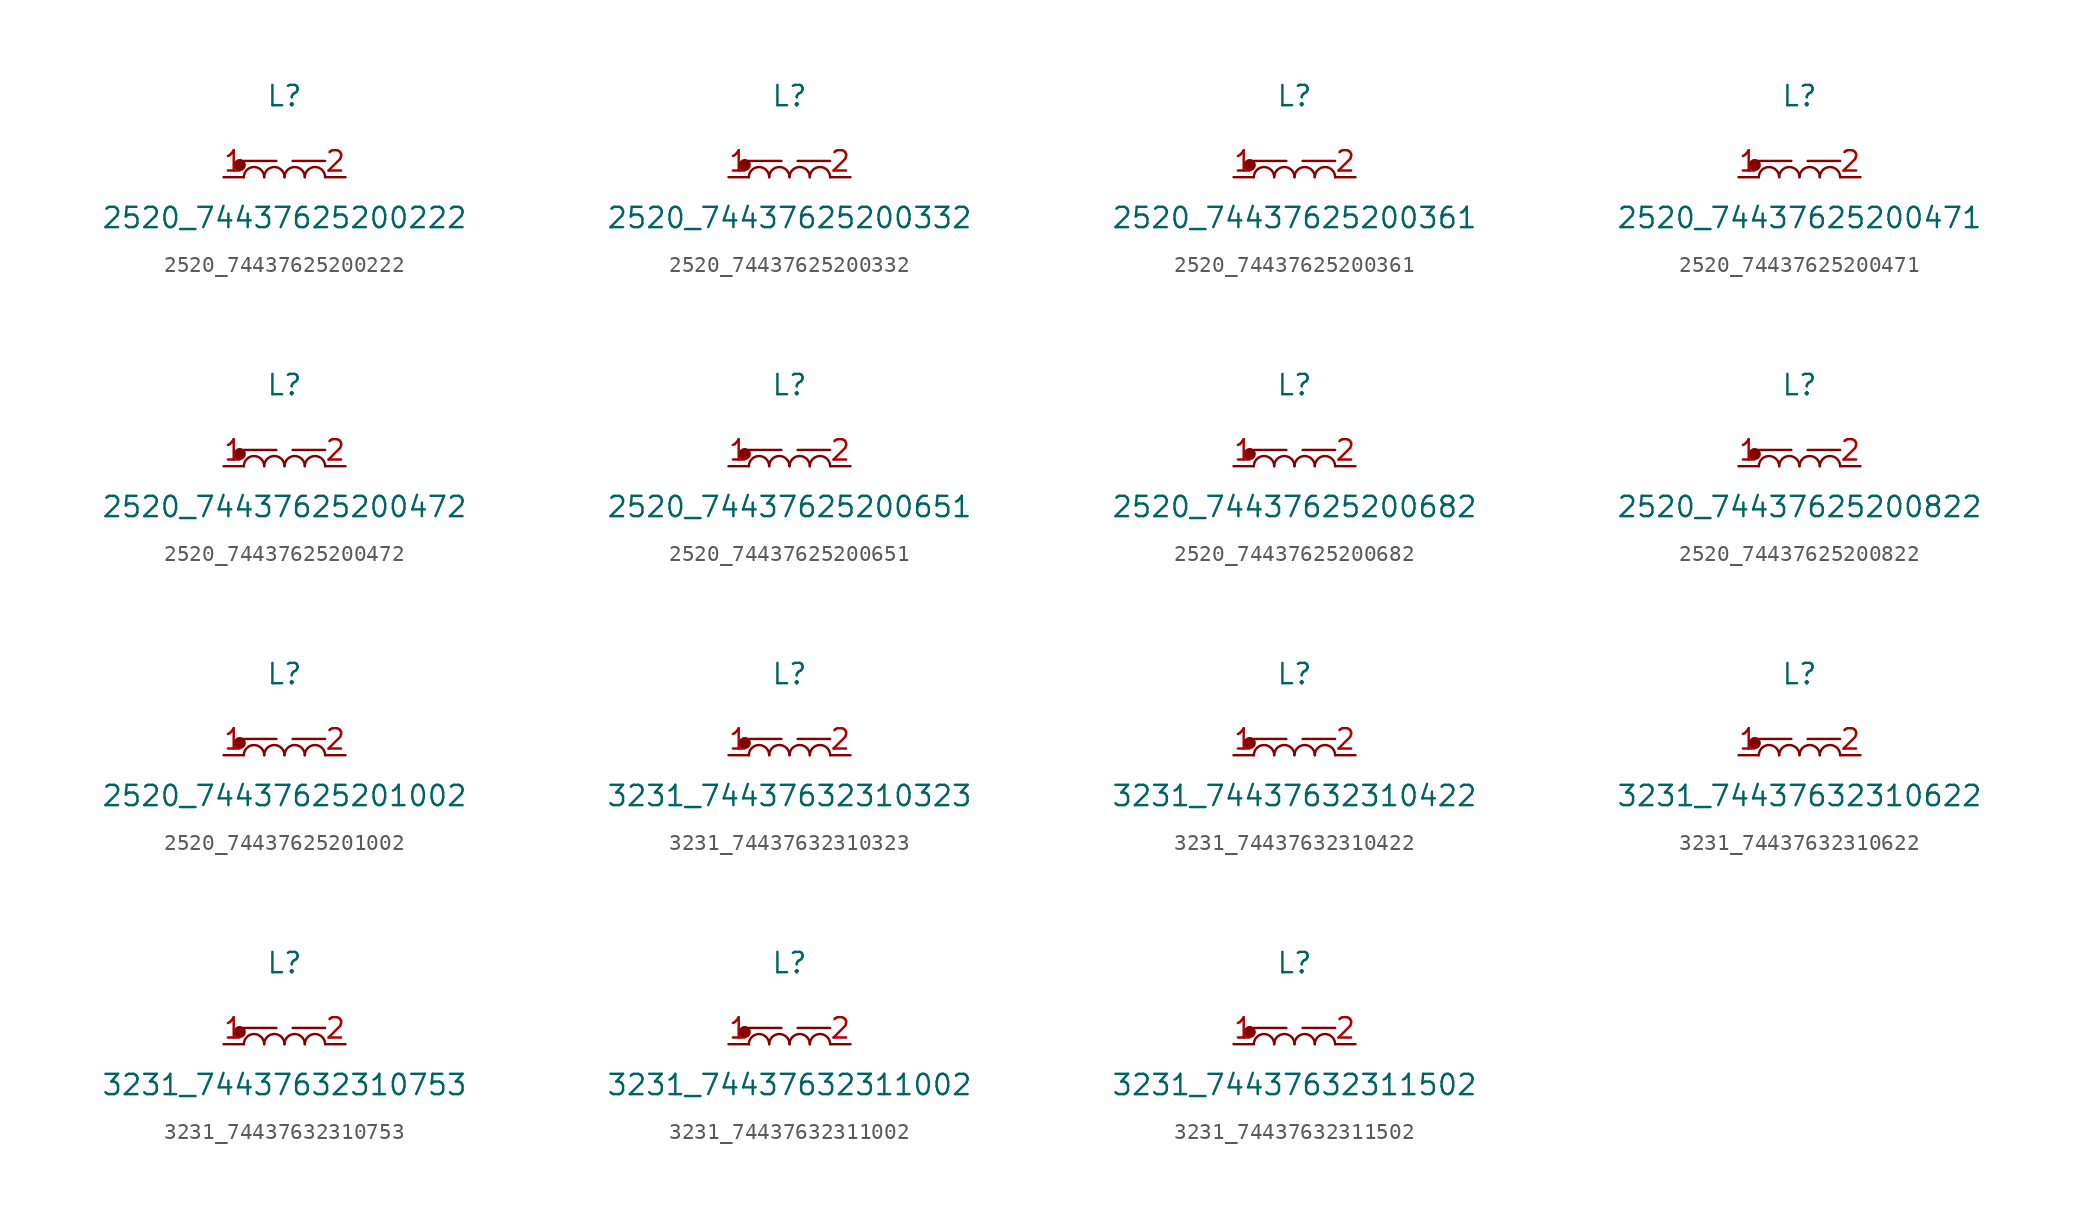
<source format=kicad_sym>
(kicad_symbol_lib
  (version 20220914)
  (generator kicad_symbol_editor)
  (symbol "2520_74437625200222"
    (pin_names hide)
    (property "Reference" "L"
      (at 0 5.08 0)
      (effects (font (size 1.27 1.27))))
    (property "Value" "2520_74437625200222"
      (at 0 -2.54 0)
      (effects (font (size 1.27 1.27))))
    (symbol "2520_74437625200222_0_1"
      (arc (start -1.27 0) (mid -1.905 0.6323) (end -2.54 0) (stroke (width 0) (type default)) (fill (type none)))
      (arc (start 0 0) (mid -0.635 0.6323) (end -1.27 0) (stroke (width 0) (type default)) (fill (type none)))
      (polyline (pts (xy -2.54 1.016) (xy -0.508 1.016)) (stroke (width 0) (type default)) (fill (type none)))
      (arc (start 1.27 0) (mid 0.635 0.6323) (end 0 0) (stroke (width 0) (type default)) (fill (type none)))
      (arc (start 2.54 0) (mid 1.905 0.6323) (end 1.27 0) (stroke (width 0) (type default)) (fill (type none))))
    (symbol "2520_74437625200222_1_1"
      (circle (center -2.794 0.762) (radius 0.0001) (stroke (width 0.381) (type default)) (fill (type none)))
      (polyline (pts (xy 2.54 1.016) (xy 0.508 1.016)) (stroke (width 0) (type default)) (fill (type none)))
      (pin passive line (at -3.81 0 0) (length 1.27) (name "1" (effects (font (size 1.27 1.27)))) (number "1" (effects (font (size 1.27 1.27)))))
      (pin passive line (at 3.81 0 180) (length 1.27) (name "2" (effects (font (size 1.27 1.27)))) (number "2" (effects (font (size 1.27 1.27)))))))
  (symbol "2520_74437625200332"
    (pin_names hide)
    (property "Reference" "L"
      (at 0 5.08 0)
      (effects (font (size 1.27 1.27))))
    (property "Value" "2520_74437625200332"
      (at 0 -2.54 0)
      (effects (font (size 1.27 1.27))))
    (symbol "2520_74437625200332_0_1"
      (arc (start -1.27 0) (mid -1.905 0.6323) (end -2.54 0) (stroke (width 0) (type default)) (fill (type none)))
      (arc (start 0 0) (mid -0.635 0.6323) (end -1.27 0) (stroke (width 0) (type default)) (fill (type none)))
      (polyline (pts (xy -2.54 1.016) (xy -0.508 1.016)) (stroke (width 0) (type default)) (fill (type none)))
      (arc (start 1.27 0) (mid 0.635 0.6323) (end 0 0) (stroke (width 0) (type default)) (fill (type none)))
      (arc (start 2.54 0) (mid 1.905 0.6323) (end 1.27 0) (stroke (width 0) (type default)) (fill (type none))))
    (symbol "2520_74437625200332_1_1"
      (circle (center -2.794 0.762) (radius 0.0001) (stroke (width 0.381) (type default)) (fill (type none)))
      (polyline (pts (xy 2.54 1.016) (xy 0.508 1.016)) (stroke (width 0) (type default)) (fill (type none)))
      (pin passive line (at -3.81 0 0) (length 1.27) (name "1" (effects (font (size 1.27 1.27)))) (number "1" (effects (font (size 1.27 1.27)))))
      (pin passive line (at 3.81 0 180) (length 1.27) (name "2" (effects (font (size 1.27 1.27)))) (number "2" (effects (font (size 1.27 1.27)))))))
  (symbol "2520_74437625200361"
    (pin_names hide)
    (property "Reference" "L"
      (at 0 5.08 0)
      (effects (font (size 1.27 1.27))))
    (property "Value" "2520_74437625200361"
      (at 0 -2.54 0)
      (effects (font (size 1.27 1.27))))
    (symbol "2520_74437625200361_0_1"
      (arc (start -1.27 0) (mid -1.905 0.6323) (end -2.54 0) (stroke (width 0) (type default)) (fill (type none)))
      (arc (start 0 0) (mid -0.635 0.6323) (end -1.27 0) (stroke (width 0) (type default)) (fill (type none)))
      (polyline (pts (xy -2.54 1.016) (xy -0.508 1.016)) (stroke (width 0) (type default)) (fill (type none)))
      (arc (start 1.27 0) (mid 0.635 0.6323) (end 0 0) (stroke (width 0) (type default)) (fill (type none)))
      (arc (start 2.54 0) (mid 1.905 0.6323) (end 1.27 0) (stroke (width 0) (type default)) (fill (type none))))
    (symbol "2520_74437625200361_1_1"
      (circle (center -2.794 0.762) (radius 0.0001) (stroke (width 0.381) (type default)) (fill (type none)))
      (polyline (pts (xy 2.54 1.016) (xy 0.508 1.016)) (stroke (width 0) (type default)) (fill (type none)))
      (pin passive line (at -3.81 0 0) (length 1.27) (name "1" (effects (font (size 1.27 1.27)))) (number "1" (effects (font (size 1.27 1.27)))))
      (pin passive line (at 3.81 0 180) (length 1.27) (name "2" (effects (font (size 1.27 1.27)))) (number "2" (effects (font (size 1.27 1.27)))))))
  (symbol "2520_74437625200471"
    (pin_names hide)
    (property "Reference" "L"
      (at 0 5.08 0)
      (effects (font (size 1.27 1.27))))
    (property "Value" "2520_74437625200471"
      (at 0 -2.54 0)
      (effects (font (size 1.27 1.27))))
    (symbol "2520_74437625200471_0_1"
      (arc (start -1.27 0) (mid -1.905 0.6323) (end -2.54 0) (stroke (width 0) (type default)) (fill (type none)))
      (arc (start 0 0) (mid -0.635 0.6323) (end -1.27 0) (stroke (width 0) (type default)) (fill (type none)))
      (polyline (pts (xy -2.54 1.016) (xy -0.508 1.016)) (stroke (width 0) (type default)) (fill (type none)))
      (arc (start 1.27 0) (mid 0.635 0.6323) (end 0 0) (stroke (width 0) (type default)) (fill (type none)))
      (arc (start 2.54 0) (mid 1.905 0.6323) (end 1.27 0) (stroke (width 0) (type default)) (fill (type none))))
    (symbol "2520_74437625200471_1_1"
      (circle (center -2.794 0.762) (radius 0.0001) (stroke (width 0.381) (type default)) (fill (type none)))
      (polyline (pts (xy 2.54 1.016) (xy 0.508 1.016)) (stroke (width 0) (type default)) (fill (type none)))
      (pin passive line (at -3.81 0 0) (length 1.27) (name "1" (effects (font (size 1.27 1.27)))) (number "1" (effects (font (size 1.27 1.27)))))
      (pin passive line (at 3.81 0 180) (length 1.27) (name "2" (effects (font (size 1.27 1.27)))) (number "2" (effects (font (size 1.27 1.27)))))))
  (symbol "2520_74437625200472"
    (pin_names hide)
    (property "Reference" "L"
      (at 0 5.08 0)
      (effects (font (size 1.27 1.27))))
    (property "Value" "2520_74437625200472"
      (at 0 -2.54 0)
      (effects (font (size 1.27 1.27))))
    (symbol "2520_74437625200472_0_1"
      (arc (start -1.27 0) (mid -1.905 0.6323) (end -2.54 0) (stroke (width 0) (type default)) (fill (type none)))
      (arc (start 0 0) (mid -0.635 0.6323) (end -1.27 0) (stroke (width 0) (type default)) (fill (type none)))
      (polyline (pts (xy -2.54 1.016) (xy -0.508 1.016)) (stroke (width 0) (type default)) (fill (type none)))
      (arc (start 1.27 0) (mid 0.635 0.6323) (end 0 0) (stroke (width 0) (type default)) (fill (type none)))
      (arc (start 2.54 0) (mid 1.905 0.6323) (end 1.27 0) (stroke (width 0) (type default)) (fill (type none))))
    (symbol "2520_74437625200472_1_1"
      (circle (center -2.794 0.762) (radius 0.0001) (stroke (width 0.381) (type default)) (fill (type none)))
      (polyline (pts (xy 2.54 1.016) (xy 0.508 1.016)) (stroke (width 0) (type default)) (fill (type none)))
      (pin passive line (at -3.81 0 0) (length 1.27) (name "1" (effects (font (size 1.27 1.27)))) (number "1" (effects (font (size 1.27 1.27)))))
      (pin passive line (at 3.81 0 180) (length 1.27) (name "2" (effects (font (size 1.27 1.27)))) (number "2" (effects (font (size 1.27 1.27)))))))
  (symbol "2520_74437625200651"
    (pin_names hide)
    (property "Reference" "L"
      (at 0 5.08 0)
      (effects (font (size 1.27 1.27))))
    (property "Value" "2520_74437625200651"
      (at 0 -2.54 0)
      (effects (font (size 1.27 1.27))))
    (symbol "2520_74437625200651_0_1"
      (arc (start -1.27 0) (mid -1.905 0.6323) (end -2.54 0) (stroke (width 0) (type default)) (fill (type none)))
      (arc (start 0 0) (mid -0.635 0.6323) (end -1.27 0) (stroke (width 0) (type default)) (fill (type none)))
      (polyline (pts (xy -2.54 1.016) (xy -0.508 1.016)) (stroke (width 0) (type default)) (fill (type none)))
      (arc (start 1.27 0) (mid 0.635 0.6323) (end 0 0) (stroke (width 0) (type default)) (fill (type none)))
      (arc (start 2.54 0) (mid 1.905 0.6323) (end 1.27 0) (stroke (width 0) (type default)) (fill (type none))))
    (symbol "2520_74437625200651_1_1"
      (circle (center -2.794 0.762) (radius 0.0001) (stroke (width 0.381) (type default)) (fill (type none)))
      (polyline (pts (xy 2.54 1.016) (xy 0.508 1.016)) (stroke (width 0) (type default)) (fill (type none)))
      (pin passive line (at -3.81 0 0) (length 1.27) (name "1" (effects (font (size 1.27 1.27)))) (number "1" (effects (font (size 1.27 1.27)))))
      (pin passive line (at 3.81 0 180) (length 1.27) (name "2" (effects (font (size 1.27 1.27)))) (number "2" (effects (font (size 1.27 1.27)))))))
  (symbol "2520_74437625200682"
    (pin_names hide)
    (property "Reference" "L"
      (at 0 5.08 0)
      (effects (font (size 1.27 1.27))))
    (property "Value" "2520_74437625200682"
      (at 0 -2.54 0)
      (effects (font (size 1.27 1.27))))
    (symbol "2520_74437625200682_0_1"
      (arc (start -1.27 0) (mid -1.905 0.6323) (end -2.54 0) (stroke (width 0) (type default)) (fill (type none)))
      (arc (start 0 0) (mid -0.635 0.6323) (end -1.27 0) (stroke (width 0) (type default)) (fill (type none)))
      (polyline (pts (xy -2.54 1.016) (xy -0.508 1.016)) (stroke (width 0) (type default)) (fill (type none)))
      (arc (start 1.27 0) (mid 0.635 0.6323) (end 0 0) (stroke (width 0) (type default)) (fill (type none)))
      (arc (start 2.54 0) (mid 1.905 0.6323) (end 1.27 0) (stroke (width 0) (type default)) (fill (type none))))
    (symbol "2520_74437625200682_1_1"
      (circle (center -2.794 0.762) (radius 0.0001) (stroke (width 0.381) (type default)) (fill (type none)))
      (polyline (pts (xy 2.54 1.016) (xy 0.508 1.016)) (stroke (width 0) (type default)) (fill (type none)))
      (pin passive line (at -3.81 0 0) (length 1.27) (name "1" (effects (font (size 1.27 1.27)))) (number "1" (effects (font (size 1.27 1.27)))))
      (pin passive line (at 3.81 0 180) (length 1.27) (name "2" (effects (font (size 1.27 1.27)))) (number "2" (effects (font (size 1.27 1.27)))))))
  (symbol "2520_74437625200822"
    (pin_names hide)
    (property "Reference" "L"
      (at 0 5.08 0)
      (effects (font (size 1.27 1.27))))
    (property "Value" "2520_74437625200822"
      (at 0 -2.54 0)
      (effects (font (size 1.27 1.27))))
    (symbol "2520_74437625200822_0_1"
      (arc (start -1.27 0) (mid -1.905 0.6323) (end -2.54 0) (stroke (width 0) (type default)) (fill (type none)))
      (arc (start 0 0) (mid -0.635 0.6323) (end -1.27 0) (stroke (width 0) (type default)) (fill (type none)))
      (polyline (pts (xy -2.54 1.016) (xy -0.508 1.016)) (stroke (width 0) (type default)) (fill (type none)))
      (arc (start 1.27 0) (mid 0.635 0.6323) (end 0 0) (stroke (width 0) (type default)) (fill (type none)))
      (arc (start 2.54 0) (mid 1.905 0.6323) (end 1.27 0) (stroke (width 0) (type default)) (fill (type none))))
    (symbol "2520_74437625200822_1_1"
      (circle (center -2.794 0.762) (radius 0.0001) (stroke (width 0.381) (type default)) (fill (type none)))
      (polyline (pts (xy 2.54 1.016) (xy 0.508 1.016)) (stroke (width 0) (type default)) (fill (type none)))
      (pin passive line (at -3.81 0 0) (length 1.27) (name "1" (effects (font (size 1.27 1.27)))) (number "1" (effects (font (size 1.27 1.27)))))
      (pin passive line (at 3.81 0 180) (length 1.27) (name "2" (effects (font (size 1.27 1.27)))) (number "2" (effects (font (size 1.27 1.27)))))))
  (symbol "2520_74437625201002"
    (pin_names hide)
    (property "Reference" "L"
      (at 0 5.08 0)
      (effects (font (size 1.27 1.27))))
    (property "Value" "2520_74437625201002"
      (at 0 -2.54 0)
      (effects (font (size 1.27 1.27))))
    (symbol "2520_74437625201002_0_1"
      (arc (start -1.27 0) (mid -1.905 0.6323) (end -2.54 0) (stroke (width 0) (type default)) (fill (type none)))
      (arc (start 0 0) (mid -0.635 0.6323) (end -1.27 0) (stroke (width 0) (type default)) (fill (type none)))
      (polyline (pts (xy -2.54 1.016) (xy -0.508 1.016)) (stroke (width 0) (type default)) (fill (type none)))
      (arc (start 1.27 0) (mid 0.635 0.6323) (end 0 0) (stroke (width 0) (type default)) (fill (type none)))
      (arc (start 2.54 0) (mid 1.905 0.6323) (end 1.27 0) (stroke (width 0) (type default)) (fill (type none))))
    (symbol "2520_74437625201002_1_1"
      (circle (center -2.794 0.762) (radius 0.0001) (stroke (width 0.381) (type default)) (fill (type none)))
      (polyline (pts (xy 2.54 1.016) (xy 0.508 1.016)) (stroke (width 0) (type default)) (fill (type none)))
      (pin passive line (at -3.81 0 0) (length 1.27) (name "1" (effects (font (size 1.27 1.27)))) (number "1" (effects (font (size 1.27 1.27)))))
      (pin passive line (at 3.81 0 180) (length 1.27) (name "2" (effects (font (size 1.27 1.27)))) (number "2" (effects (font (size 1.27 1.27)))))))
  (symbol "3231_74437632310323"
    (pin_names hide)
    (property "Reference" "L"
      (at 0 5.08 0)
      (effects (font (size 1.27 1.27))))
    (property "Value" "3231_74437632310323"
      (at 0 -2.54 0)
      (effects (font (size 1.27 1.27))))
    (symbol "3231_74437632310323_0_1"
      (arc (start -1.27 0) (mid -1.905 0.6323) (end -2.54 0) (stroke (width 0) (type default)) (fill (type none)))
      (arc (start 0 0) (mid -0.635 0.6323) (end -1.27 0) (stroke (width 0) (type default)) (fill (type none)))
      (polyline (pts (xy -2.54 1.016) (xy -0.508 1.016)) (stroke (width 0) (type default)) (fill (type none)))
      (arc (start 1.27 0) (mid 0.635 0.6323) (end 0 0) (stroke (width 0) (type default)) (fill (type none)))
      (arc (start 2.54 0) (mid 1.905 0.6323) (end 1.27 0) (stroke (width 0) (type default)) (fill (type none))))
    (symbol "3231_74437632310323_1_1"
      (circle (center -2.794 0.762) (radius 0.0001) (stroke (width 0.381) (type default)) (fill (type none)))
      (polyline (pts (xy 2.54 1.016) (xy 0.508 1.016)) (stroke (width 0) (type default)) (fill (type none)))
      (pin passive line (at -3.81 0 0) (length 1.27) (name "1" (effects (font (size 1.27 1.27)))) (number "1" (effects (font (size 1.27 1.27)))))
      (pin passive line (at 3.81 0 180) (length 1.27) (name "2" (effects (font (size 1.27 1.27)))) (number "2" (effects (font (size 1.27 1.27)))))))
  (symbol "3231_74437632310422"
    (pin_names hide)
    (property "Reference" "L"
      (at 0 5.08 0)
      (effects (font (size 1.27 1.27))))
    (property "Value" "3231_74437632310422"
      (at 0 -2.54 0)
      (effects (font (size 1.27 1.27))))
    (symbol "3231_74437632310422_0_1"
      (arc (start -1.27 0) (mid -1.905 0.6323) (end -2.54 0) (stroke (width 0) (type default)) (fill (type none)))
      (arc (start 0 0) (mid -0.635 0.6323) (end -1.27 0) (stroke (width 0) (type default)) (fill (type none)))
      (polyline (pts (xy -2.54 1.016) (xy -0.508 1.016)) (stroke (width 0) (type default)) (fill (type none)))
      (arc (start 1.27 0) (mid 0.635 0.6323) (end 0 0) (stroke (width 0) (type default)) (fill (type none)))
      (arc (start 2.54 0) (mid 1.905 0.6323) (end 1.27 0) (stroke (width 0) (type default)) (fill (type none))))
    (symbol "3231_74437632310422_1_1"
      (circle (center -2.794 0.762) (radius 0.0001) (stroke (width 0.381) (type default)) (fill (type none)))
      (polyline (pts (xy 2.54 1.016) (xy 0.508 1.016)) (stroke (width 0) (type default)) (fill (type none)))
      (pin passive line (at -3.81 0 0) (length 1.27) (name "1" (effects (font (size 1.27 1.27)))) (number "1" (effects (font (size 1.27 1.27)))))
      (pin passive line (at 3.81 0 180) (length 1.27) (name "2" (effects (font (size 1.27 1.27)))) (number "2" (effects (font (size 1.27 1.27)))))))
  (symbol "3231_74437632310622"
    (pin_names hide)
    (property "Reference" "L"
      (at 0 5.08 0)
      (effects (font (size 1.27 1.27))))
    (property "Value" "3231_74437632310622"
      (at 0 -2.54 0)
      (effects (font (size 1.27 1.27))))
    (symbol "3231_74437632310622_0_1"
      (arc (start -1.27 0) (mid -1.905 0.6323) (end -2.54 0) (stroke (width 0) (type default)) (fill (type none)))
      (arc (start 0 0) (mid -0.635 0.6323) (end -1.27 0) (stroke (width 0) (type default)) (fill (type none)))
      (polyline (pts (xy -2.54 1.016) (xy -0.508 1.016)) (stroke (width 0) (type default)) (fill (type none)))
      (arc (start 1.27 0) (mid 0.635 0.6323) (end 0 0) (stroke (width 0) (type default)) (fill (type none)))
      (arc (start 2.54 0) (mid 1.905 0.6323) (end 1.27 0) (stroke (width 0) (type default)) (fill (type none))))
    (symbol "3231_74437632310622_1_1"
      (circle (center -2.794 0.762) (radius 0.0001) (stroke (width 0.381) (type default)) (fill (type none)))
      (polyline (pts (xy 2.54 1.016) (xy 0.508 1.016)) (stroke (width 0) (type default)) (fill (type none)))
      (pin passive line (at -3.81 0 0) (length 1.27) (name "1" (effects (font (size 1.27 1.27)))) (number "1" (effects (font (size 1.27 1.27)))))
      (pin passive line (at 3.81 0 180) (length 1.27) (name "2" (effects (font (size 1.27 1.27)))) (number "2" (effects (font (size 1.27 1.27)))))))
  (symbol "3231_74437632310753"
    (pin_names hide)
    (property "Reference" "L"
      (at 0 5.08 0)
      (effects (font (size 1.27 1.27))))
    (property "Value" "3231_74437632310753"
      (at 0 -2.54 0)
      (effects (font (size 1.27 1.27))))
    (symbol "3231_74437632310753_0_1"
      (arc (start -1.27 0) (mid -1.905 0.6323) (end -2.54 0) (stroke (width 0) (type default)) (fill (type none)))
      (arc (start 0 0) (mid -0.635 0.6323) (end -1.27 0) (stroke (width 0) (type default)) (fill (type none)))
      (polyline (pts (xy -2.54 1.016) (xy -0.508 1.016)) (stroke (width 0) (type default)) (fill (type none)))
      (arc (start 1.27 0) (mid 0.635 0.6323) (end 0 0) (stroke (width 0) (type default)) (fill (type none)))
      (arc (start 2.54 0) (mid 1.905 0.6323) (end 1.27 0) (stroke (width 0) (type default)) (fill (type none))))
    (symbol "3231_74437632310753_1_1"
      (circle (center -2.794 0.762) (radius 0.0001) (stroke (width 0.381) (type default)) (fill (type none)))
      (polyline (pts (xy 2.54 1.016) (xy 0.508 1.016)) (stroke (width 0) (type default)) (fill (type none)))
      (pin passive line (at -3.81 0 0) (length 1.27) (name "1" (effects (font (size 1.27 1.27)))) (number "1" (effects (font (size 1.27 1.27)))))
      (pin passive line (at 3.81 0 180) (length 1.27) (name "2" (effects (font (size 1.27 1.27)))) (number "2" (effects (font (size 1.27 1.27)))))))
  (symbol "3231_74437632311002"
    (pin_names hide)
    (property "Reference" "L"
      (at 0 5.08 0)
      (effects (font (size 1.27 1.27))))
    (property "Value" "3231_74437632311002"
      (at 0 -2.54 0)
      (effects (font (size 1.27 1.27))))
    (symbol "3231_74437632311002_0_1"
      (arc (start -1.27 0) (mid -1.905 0.6323) (end -2.54 0) (stroke (width 0) (type default)) (fill (type none)))
      (arc (start 0 0) (mid -0.635 0.6323) (end -1.27 0) (stroke (width 0) (type default)) (fill (type none)))
      (polyline (pts (xy -2.54 1.016) (xy -0.508 1.016)) (stroke (width 0) (type default)) (fill (type none)))
      (arc (start 1.27 0) (mid 0.635 0.6323) (end 0 0) (stroke (width 0) (type default)) (fill (type none)))
      (arc (start 2.54 0) (mid 1.905 0.6323) (end 1.27 0) (stroke (width 0) (type default)) (fill (type none))))
    (symbol "3231_74437632311002_1_1"
      (circle (center -2.794 0.762) (radius 0.0001) (stroke (width 0.381) (type default)) (fill (type none)))
      (polyline (pts (xy 2.54 1.016) (xy 0.508 1.016)) (stroke (width 0) (type default)) (fill (type none)))
      (pin passive line (at -3.81 0 0) (length 1.27) (name "1" (effects (font (size 1.27 1.27)))) (number "1" (effects (font (size 1.27 1.27)))))
      (pin passive line (at 3.81 0 180) (length 1.27) (name "2" (effects (font (size 1.27 1.27)))) (number "2" (effects (font (size 1.27 1.27)))))))
  (symbol "3231_74437632311502"
    (pin_names hide)
    (property "Reference" "L"
      (at 0 5.08 0)
      (effects (font (size 1.27 1.27))))
    (property "Value" "3231_74437632311502"
      (at 0 -2.54 0)
      (effects (font (size 1.27 1.27))))
    (symbol "3231_74437632311502_0_1"
      (arc (start -1.27 0) (mid -1.905 0.6323) (end -2.54 0) (stroke (width 0) (type default)) (fill (type none)))
      (arc (start 0 0) (mid -0.635 0.6323) (end -1.27 0) (stroke (width 0) (type default)) (fill (type none)))
      (polyline (pts (xy -2.54 1.016) (xy -0.508 1.016)) (stroke (width 0) (type default)) (fill (type none)))
      (arc (start 1.27 0) (mid 0.635 0.6323) (end 0 0) (stroke (width 0) (type default)) (fill (type none)))
      (arc (start 2.54 0) (mid 1.905 0.6323) (end 1.27 0) (stroke (width 0) (type default)) (fill (type none))))
    (symbol "3231_74437632311502_1_1"
      (circle (center -2.794 0.762) (radius 0.0001) (stroke (width 0.381) (type default)) (fill (type none)))
      (polyline (pts (xy 2.54 1.016) (xy 0.508 1.016)) (stroke (width 0) (type default)) (fill (type none)))
      (pin passive line (at -3.81 0 0) (length 1.27) (name "1" (effects (font (size 1.27 1.27)))) (number "1" (effects (font (size 1.27 1.27)))))
      (pin passive line (at 3.81 0 180) (length 1.27) (name "2" (effects (font (size 1.27 1.27)))) (number "2" (effects (font (size 1.27 1.27))))))))
</source>
